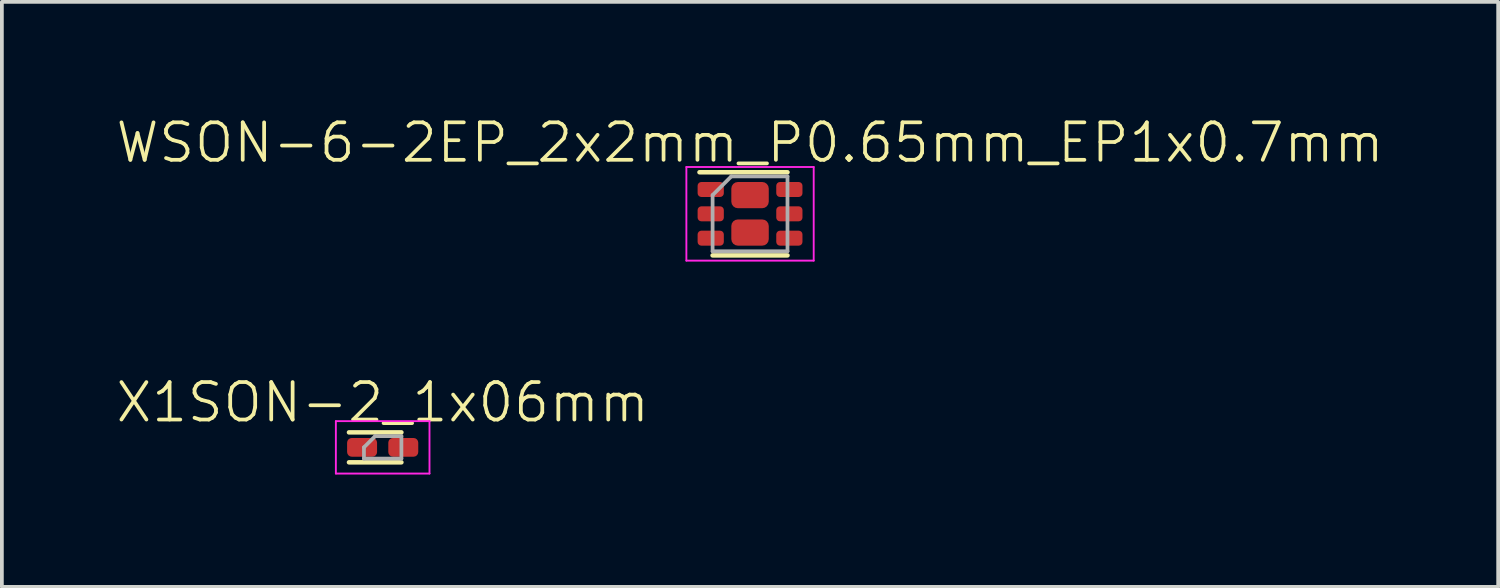
<source format=kicad_pcb>
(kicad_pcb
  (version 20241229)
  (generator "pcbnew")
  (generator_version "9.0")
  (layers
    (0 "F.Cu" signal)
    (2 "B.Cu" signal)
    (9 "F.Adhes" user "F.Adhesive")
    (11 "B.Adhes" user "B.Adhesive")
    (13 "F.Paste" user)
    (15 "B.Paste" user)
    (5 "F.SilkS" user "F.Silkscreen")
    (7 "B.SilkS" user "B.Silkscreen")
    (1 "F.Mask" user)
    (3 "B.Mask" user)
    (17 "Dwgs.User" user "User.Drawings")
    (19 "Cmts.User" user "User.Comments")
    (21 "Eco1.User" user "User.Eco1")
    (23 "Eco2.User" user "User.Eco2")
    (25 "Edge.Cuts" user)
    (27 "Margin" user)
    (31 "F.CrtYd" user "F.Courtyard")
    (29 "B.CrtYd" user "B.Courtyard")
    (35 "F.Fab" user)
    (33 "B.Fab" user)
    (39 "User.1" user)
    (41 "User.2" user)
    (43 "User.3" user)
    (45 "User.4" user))
  (footprint "X1SON-2_1x06mm"
    (layer "F.Cu")
    (at 7.169 8.896)
    (property "Reference" "X1SON-2_1x06mm" (at 0 -1.2 0) (layer "F.SilkS") (effects (font (size 1 1) (thickness 0.1))))
    (attr smd)
    (fp_line (start 0.5 -0.4) (end -0.9 -0.4) (stroke (width 0.12) (type solid)) (layer "F.SilkS"))
    (fp_line (start 0.5 0.4) (end -0.9 0.4) (stroke (width 0.12) (type solid)) (layer "F.SilkS"))
    (fp_line (start -1.25 -0.7) (end 1.25 -0.7) (stroke (width 0.05) (type solid)) (layer "F.CrtYd"))
    (fp_line (start -1.25 0.7) (end -1.25 -0.7) (stroke (width 0.05) (type solid)) (layer "F.CrtYd"))
    (fp_line (start 1.25 -0.7) (end 1.25 0.7) (stroke (width 0.05) (type solid)) (layer "F.CrtYd"))
    (fp_line (start 1.25 0.7) (end -1.25 0.7) (stroke (width 0.05) (type solid)) (layer "F.CrtYd"))
    (fp_line (start -0.5 0) (end -0.5 0.3) (stroke (width 0.1) (type solid)) (layer "F.Fab"))
    (fp_line (start -0.5 0.3) (end 0.5 0.3) (stroke (width 0.1) (type solid)) (layer "F.Fab"))
    (fp_line (start -0.2 -0.3) (end -0.5 0) (stroke (width 0.1) (type solid)) (layer "F.Fab"))
    (fp_line (start 0.5 -0.3) (end -0.2 -0.3) (stroke (width 0.1) (type solid)) (layer "F.Fab"))
    (fp_line (start 0.5 -0.3) (end 0.5 0.3) (stroke (width 0.1) (type solid)) (layer "F.Fab"))
    (pad "1" smd roundrect (at -0.55 0 270) (size 0.5 0.8) (layers "F.Cu" "F.Mask" "F.Paste") (roundrect_rratio 0.25))
    (pad "2" smd roundrect (at 0.55 0 270) (size 0.5 0.8) (layers "F.Cu" "F.Mask" "F.Paste") (roundrect_rratio 0.25)))
  (footprint "WSON-6-2EP_2x2mm_P0.65mm_EP1x0.7mm"
    (layer "F.Cu")
    (at 16.979 2.66)
    (property "Reference" "WSON-6-2EP_2x2mm_P0.65mm_EP1x0.7mm" (at 0 -1.9 0) (layer "F.SilkS") (effects (font (size 1 1) (thickness 0.1))))
    (attr smd)
    (fp_line (start -1.35 -1.11) (end 1 -1.11) (stroke (width 0.12) (type solid)) (layer "F.SilkS"))
    (fp_line (start -1 1.11) (end 1 1.11) (stroke (width 0.12) (type solid)) (layer "F.SilkS"))
    (fp_line (start -1.7 -1.25) (end -1.7 1.25) (stroke (width 0.05) (type solid)) (layer "F.CrtYd"))
    (fp_line (start -1.7 1.25) (end 1.7 1.25) (stroke (width 0.05) (type solid)) (layer "F.CrtYd"))
    (fp_line (start 1.7 -1.25) (end -1.7 -1.25) (stroke (width 0.05) (type solid)) (layer "F.CrtYd"))
    (fp_line (start 1.7 1.25) (end 1.7 -1.25) (stroke (width 0.05) (type solid)) (layer "F.CrtYd"))
    (fp_line (start -1 -0.5) (end -0.5 -1) (stroke (width 0.1) (type solid)) (layer "F.Fab"))
    (fp_line (start -1 1) (end -1 -0.5) (stroke (width 0.1) (type solid)) (layer "F.Fab"))
    (fp_line (start -0.5 -1) (end 1 -1) (stroke (width 0.1) (type solid)) (layer "F.Fab"))
    (fp_line (start 1 -1) (end 1 1) (stroke (width 0.1) (type solid)) (layer "F.Fab"))
    (fp_line (start 1 1) (end -1 1) (stroke (width 0.1) (type solid)) (layer "F.Fab"))
    (pad "1" smd roundrect (at -1.05 -0.65) (size 0.7 0.4) (layers "F.Cu" "F.Mask" "F.Paste") (roundrect_rratio 0.25))
    (pad "2" smd roundrect (at -1.05 0) (size 0.7 0.4) (layers "F.Cu" "F.Mask" "F.Paste") (roundrect_rratio 0.25))
    (pad "3" smd roundrect (at -1.05 0.65) (size 0.7 0.4) (layers "F.Cu" "F.Mask" "F.Paste") (roundrect_rratio 0.25))
    (pad "4" smd roundrect (at 1.05 0.65) (size 0.7 0.4) (layers "F.Cu" "F.Mask" "F.Paste") (roundrect_rratio 0.25))
    (pad "5" smd roundrect (at 1.05 0) (size 0.7 0.4) (layers "F.Cu" "F.Mask" "F.Paste") (roundrect_rratio 0.25))
    (pad "6" smd roundrect (at 1.05 -0.65) (size 0.7 0.4) (layers "F.Cu" "F.Mask" "F.Paste") (roundrect_rratio 0.25))
    (pad "7" smd roundrect (at 0 -0.5) (size 1 0.7) (layers "F.Cu" "F.Mask" "F.Paste") (roundrect_rratio 0.25))
    (pad "8" smd roundrect (at 0 0.5) (size 1 0.7) (layers "F.Cu" "F.Mask" "F.Paste") (roundrect_rratio 0.25)))
  (gr_rect
    (start -3 -3)
    (end 36.957 12.621)
    (stroke (width 0.1) (type default))
    (fill no)
    (layer "Edge.Cuts")))
</source>
